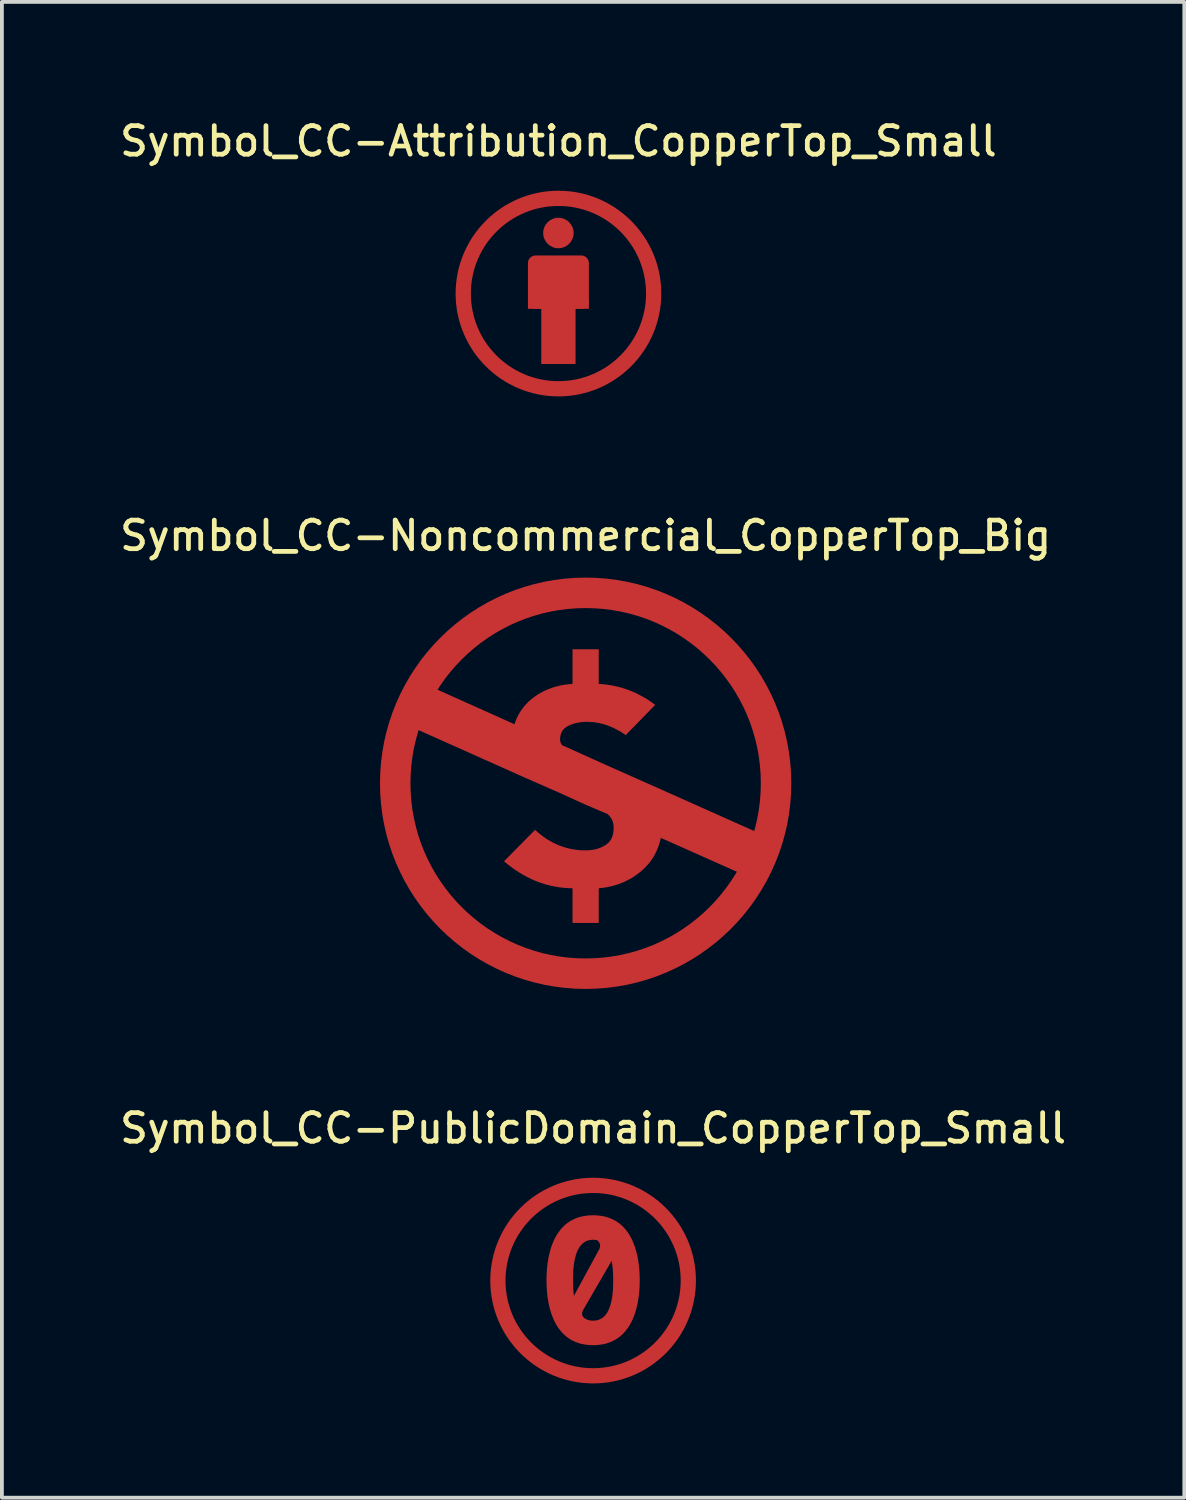
<source format=kicad_pcb>
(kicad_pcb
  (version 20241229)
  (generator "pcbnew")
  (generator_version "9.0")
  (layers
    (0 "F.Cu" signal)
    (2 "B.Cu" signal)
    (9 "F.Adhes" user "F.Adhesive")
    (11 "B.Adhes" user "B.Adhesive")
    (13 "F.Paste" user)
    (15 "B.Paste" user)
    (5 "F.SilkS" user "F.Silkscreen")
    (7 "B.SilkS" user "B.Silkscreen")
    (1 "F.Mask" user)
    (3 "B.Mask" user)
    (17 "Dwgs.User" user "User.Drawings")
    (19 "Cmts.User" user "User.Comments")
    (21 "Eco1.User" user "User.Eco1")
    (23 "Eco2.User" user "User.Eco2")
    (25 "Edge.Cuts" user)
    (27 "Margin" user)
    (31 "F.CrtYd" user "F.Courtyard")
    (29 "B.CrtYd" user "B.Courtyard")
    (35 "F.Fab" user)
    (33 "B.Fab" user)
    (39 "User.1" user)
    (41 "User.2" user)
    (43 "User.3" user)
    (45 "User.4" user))
  (footprint "Symbol_CC-PublicDomain_CopperTop_Small"
    (layer "F.Cu")
    (at 12.523 30.574)
    (property "Reference" "Symbol_CC-PublicDomain_CopperTop_Small" (at 0 -4 0) (layer "F.SilkS") (effects (font (size 0.75 0.75) (thickness 0.125))))
    (attr exclude_from_pos_files exclude_from_bom allow_missing_courtyard)
    (fp_circle (center 0 0) (end 2.5 0) (stroke (width 0.4) (type default)) (fill no) (layer "F.Cu"))
    (fp_poly (pts (xy 0.09 -1.713) (xy 0.175 -1.705) (xy 0.256 -1.692) (xy 0.333 -1.675) (xy 0.407 -1.652) (xy 0.476 -1.625) (xy 0.542 -1.594) (xy 0.604 -1.559) (xy 0.662 -1.52) (xy 0.717 -1.478) (xy 0.769 -1.432) (xy 0.817 -1.382) (xy 0.862 -1.33) (xy 0.904 -1.275) (xy 0.943 -1.217) (xy 0.979 -1.156) (xy 1.012 -1.094) (xy 1.042 -1.029) (xy 1.095 -0.894) (xy 1.137 -0.752) (xy 1.171 -0.607) (xy 1.195 -0.458) (xy 1.212 -0.308) (xy 1.221 -0.158) (xy 1.224 -0.01) (xy 1.221 0.138) (xy 1.212 0.288) (xy 1.195 0.438) (xy 1.171 0.587) (xy 1.137 0.732) (xy 1.117 0.804) (xy 1.095 0.874) (xy 1.07 0.942) (xy 1.042 1.009) (xy 1.012 1.074) (xy 0.979 1.136) (xy 0.943 1.197) (xy 0.904 1.255) (xy 0.862 1.31) (xy 0.817 1.362) (xy 0.769 1.412) (xy 0.717 1.458) (xy 0.662 1.5) (xy 0.604 1.539) (xy 0.542 1.574) (xy 0.476 1.605) (xy 0.407 1.632) (xy 0.333 1.655) (xy 0.256 1.672) (xy 0.175 1.685) (xy 0.09 1.693) (xy 0 1.696) (xy -0.09 1.693) (xy -0.175 1.685) (xy -0.256 1.672) (xy -0.334 1.655) (xy -0.407 1.632) (xy -0.476 1.605) (xy -0.542 1.574) (xy -0.604 1.539) (xy -0.663 1.5) (xy -0.718 1.458) (xy -0.769 1.412) (xy -0.817 1.362) (xy -0.862 1.31) (xy -0.904 1.255) (xy -0.943 1.197) (xy -0.979 1.136) (xy -1.012 1.074) (xy -1.042 1.009) (xy -1.095 0.874) (xy -1.095 0.872) (xy -0.29 0.872) (xy -0.289 0.882) (xy -0.288 0.892) (xy -0.286 0.902) (xy -0.283 0.911) (xy -0.28 0.92) (xy -0.276 0.928) (xy -0.272 0.937) (xy -0.267 0.945) (xy -0.261 0.952) (xy -0.255 0.96) (xy -0.249 0.967) (xy -0.241 0.974) (xy -0.234 0.98) (xy -0.226 0.987) (xy -0.217 0.993) (xy -0.209 0.998) (xy -0.199 1.004) (xy -0.18 1.014) (xy -0.16 1.024) (xy -0.156 1.025) (xy -0.152 1.026) (xy -0.148 1.028) (xy -0.144 1.029) (xy -0.136 1.032) (xy -0.129 1.034) (xy -0.124 1.035) (xy -0.119 1.037) (xy -0.115 1.039) (xy -0.11 1.04) (xy -0.097 1.043) (xy -0.084 1.046) (xy -0.071 1.048) (xy -0.057 1.049) (xy -0.043 1.051) (xy -0.029 1.052) (xy -0.015 1.052) (xy 0.000185 1.053) (xy 0.046 1.051) (xy 0.089 1.044) (xy 0.129 1.035) (xy 0.167 1.021) (xy 0.203 1.004) (xy 0.236 0.984) (xy 0.266 0.961) (xy 0.295 0.935) (xy 0.321 0.907) (xy 0.345 0.876) (xy 0.368 0.842) (xy 0.388 0.807) (xy 0.407 0.77) (xy 0.423 0.732) (xy 0.452 0.651) (xy 0.475 0.565) (xy 0.493 0.478) (xy 0.506 0.389) (xy 0.516 0.301) (xy 0.522 0.216) (xy 0.525 0.135) (xy 0.527 -0.01) (xy 0.526 -0.121) (xy 0.524 -0.182) (xy 0.52 -0.247) (xy 0.515 -0.314) (xy 0.508 -0.382) (xy 0.499 -0.451) (xy 0.488 -0.521) (xy -0.241 0.737) (xy -0.25 0.751) (xy -0.258 0.765) (xy -0.265 0.778) (xy -0.271 0.791) (xy -0.276 0.804) (xy -0.28 0.816) (xy -0.284 0.828) (xy -0.287 0.84) (xy -0.288 0.851) (xy -0.289 0.862) (xy -0.29 0.872) (xy -1.095 0.872) (xy -1.138 0.732) (xy -1.171 0.587) (xy -1.195 0.438) (xy -1.212 0.288) (xy -1.221 0.138) (xy -1.224 -0.01) (xy -1.224 -0.01) (xy -0.527 -0.01) (xy -0.526 0.08) (xy -0.525 0.129) (xy -0.523 0.18) (xy -0.52 0.233) (xy -0.516 0.288) (xy -0.511 0.344) (xy -0.504 0.401) (xy 0.147 -0.797) (xy 0.153 -0.807) (xy 0.159 -0.818) (xy 0.164 -0.829) (xy 0.168 -0.839) (xy 0.172 -0.849) (xy 0.175 -0.859) (xy 0.178 -0.869) (xy 0.18 -0.878) (xy 0.182 -0.888) (xy 0.183 -0.897) (xy 0.184 -0.906) (xy 0.184 -0.915) (xy 0.184 -0.923) (xy 0.183 -0.932) (xy 0.182 -0.94) (xy 0.18 -0.948) (xy 0.179 -0.956) (xy 0.176 -0.964) (xy 0.174 -0.972) (xy 0.171 -0.979) (xy 0.167 -0.987) (xy 0.164 -0.994) (xy 0.159 -1.001) (xy 0.155 -1.008) (xy 0.15 -1.015) (xy 0.145 -1.021) (xy 0.14 -1.028) (xy 0.135 -1.034) (xy 0.123 -1.046) (xy 0.11 -1.058) (xy 0.097 -1.061) (xy 0.084 -1.064) (xy 0.071 -1.066) (xy 0.057 -1.068) (xy 0.043 -1.07) (xy 0.029 -1.071) (xy 0.015 -1.072) (xy 0 -1.073) (xy -0.046 -1.07) (xy -0.089 -1.064) (xy -0.129 -1.055) (xy -0.167 -1.041) (xy -0.203 -1.024) (xy -0.236 -1.004) (xy -0.266 -0.981) (xy -0.295 -0.955) (xy -0.321 -0.926) (xy -0.345 -0.896) (xy -0.368 -0.862) (xy -0.388 -0.827) (xy -0.407 -0.79) (xy -0.423 -0.752) (xy -0.452 -0.671) (xy -0.475 -0.585) (xy -0.493 -0.498) (xy -0.506 -0.409) (xy -0.516 -0.322) (xy -0.522 -0.236) (xy -0.525 -0.155) (xy -0.527 -0.01) (xy -1.224 -0.01) (xy -1.221 -0.158) (xy -1.212 -0.308) (xy -1.195 -0.458) (xy -1.171 -0.607) (xy -1.137 -0.752) (xy -1.117 -0.824) (xy -1.095 -0.894) (xy -1.07 -0.962) (xy -1.042 -1.029) (xy -1.012 -1.094) (xy -0.979 -1.156) (xy -0.943 -1.217) (xy -0.904 -1.275) (xy -0.862 -1.33) (xy -0.817 -1.382) (xy -0.769 -1.432) (xy -0.718 -1.478) (xy -0.663 -1.52) (xy -0.604 -1.559) (xy -0.542 -1.594) (xy -0.476 -1.625) (xy -0.407 -1.652) (xy -0.334 -1.675) (xy -0.256 -1.692) (xy -0.175 -1.705) (xy -0.09 -1.713) (xy 0 -1.716)) (stroke (width 0) (type solid)) (fill yes) (layer "F.Cu")))
  (footprint "Symbol_CC-Attribution_CopperTop_Small"
    (layer "F.Cu")
    (at 11.612 4.658)
    (property "Reference" "Symbol_CC-Attribution_CopperTop_Small" (at 0 -4 0) (layer "F.SilkS") (effects (font (size 0.75 0.75) (thickness 0.125))))
    (attr exclude_from_pos_files exclude_from_bom allow_missing_courtyard)
    (fp_rect (start -0.8 0.2) (end 0.8 0.4) (stroke (width 0) (type solid)) (fill yes) (layer "F.Cu"))
    (fp_rect (start -0.6 -0.8) (end 0.6 0.2) (stroke (width 0.4) (type solid)) (fill yes) (layer "F.Cu"))
    (fp_rect (start -0.45 0) (end 0.45 1.85) (stroke (width 0) (type solid)) (fill yes) (layer "F.Cu"))
    (fp_circle (center 0 -1.59) (end 0.3 -1.59) (stroke (width 0.2) (type solid)) (fill yes) (layer "F.Cu"))
    (fp_circle (center 0.001 0) (end 2.501 0) (stroke (width 0.4) (type default)) (fill no) (layer "F.Cu")))
  (footprint "Symbol_CC-Noncommercial_CopperTop_Big"
    (layer "F.Cu")
    (at 12.327 17.516)
    (property "Reference" "Symbol_CC-Noncommercial_CopperTop_Big" (at 0 -6.5 0) (layer "F.SilkS") (effects (font (size 0.75 0.75) (thickness 0.125))))
    (attr exclude_from_pos_files exclude_from_bom allow_missing_courtyard)
    (fp_circle (center 0 0) (end 5 0) (stroke (width 0.8) (type default)) (fill no) (layer "F.Cu"))
    (fp_poly (pts (xy 0.344 -2.609) (xy 0.446 -2.602) (xy 0.546 -2.591) (xy 0.645 -2.576) (xy 0.743 -2.558) (xy 0.839 -2.537) (xy 0.935 -2.511) (xy 1.029 -2.482) (xy 1.122 -2.45) (xy 1.214 -2.414) (xy 1.305 -2.374) (xy 1.395 -2.33) (xy 1.483 -2.283) (xy 1.571 -2.233) (xy 1.657 -2.178) (xy 1.742 -2.12) (xy 1.826 -2.058) (xy 1.053 -1.265) (xy 0.991 -1.307) (xy 0.929 -1.347) (xy 0.866 -1.383) (xy 0.803 -1.417) (xy 0.74 -1.449) (xy 0.677 -1.477) (xy 0.614 -1.503) (xy 0.551 -1.527) (xy 0.487 -1.547) (xy 0.423 -1.565) (xy 0.359 -1.58) (xy 0.295 -1.592) (xy 0.231 -1.602) (xy 0.167 -1.608) (xy 0.102 -1.612) (xy 0.037 -1.614) (xy 0.003 -1.613) (xy -0.031 -1.612) (xy -0.064 -1.61) (xy -0.097 -1.607) (xy -0.129 -1.603) (xy -0.161 -1.599) (xy -0.192 -1.593) (xy -0.223 -1.587) (xy -0.254 -1.58) (xy -0.284 -1.572) (xy -0.313 -1.564) (xy -0.343 -1.554) (xy -0.371 -1.544) (xy -0.399 -1.533) (xy -0.427 -1.521) (xy -0.455 -1.508) (xy -0.468 -1.501) (xy -0.481 -1.494) (xy -0.493 -1.487) (xy -0.505 -1.479) (xy -0.517 -1.471) (xy -0.528 -1.463) (xy -0.539 -1.455) (xy -0.549 -1.446) (xy -0.559 -1.437) (xy -0.569 -1.427) (xy -0.578 -1.418) (xy -0.587 -1.408) (xy -0.595 -1.398) (xy -0.603 -1.387) (xy -0.61 -1.376) (xy -0.617 -1.365) (xy -0.624 -1.354) (xy -0.63 -1.342) (xy -0.636 -1.33) (xy -0.641 -1.318) (xy -0.646 -1.305) (xy -0.65 -1.292) (xy -0.654 -1.279) (xy -0.658 -1.266) (xy -0.661 -1.252) (xy -0.664 -1.238) (xy -0.666 -1.224) (xy -0.668 -1.209) (xy -0.67 -1.194) (xy -0.671 -1.179) (xy -0.672 -1.148) (xy -0.671 -1.139) (xy -0.671 -1.13) (xy -0.67 -1.12) (xy -0.668 -1.111) (xy -0.666 -1.102) (xy -0.664 -1.093) (xy -0.662 -1.083) (xy -0.658 -1.074) (xy -0.655 -1.065) (xy -0.651 -1.056) (xy -0.647 -1.046) (xy -0.642 -1.037) (xy -0.637 -1.028) (xy -0.631 -1.019) (xy -0.625 -1.009) (xy -0.619 -1) (xy 0.133 -0.661) (xy 0.651 -0.428) (xy 1.604 -0.005) (xy 4.641 1.35) (xy 4.207 2.429) (xy 1.974 1.434) (xy 1.958 1.503) (xy 1.939 1.571) (xy 1.918 1.637) (xy 1.894 1.702) (xy 1.868 1.765) (xy 1.839 1.826) (xy 1.808 1.885) (xy 1.774 1.943) (xy 1.737 2) (xy 1.698 2.055) (xy 1.656 2.108) (xy 1.611 2.159) (xy 1.564 2.209) (xy 1.515 2.258) (xy 1.462 2.304) (xy 1.408 2.349) (xy 1.351 2.392) (xy 1.292 2.433) (xy 1.233 2.472) (xy 1.172 2.508) (xy 1.11 2.541) (xy 1.047 2.573) (xy 0.982 2.602) (xy 0.916 2.629) (xy 0.849 2.653) (xy 0.781 2.675) (xy 0.711 2.694) (xy 0.64 2.712) (xy 0.568 2.726) (xy 0.495 2.739) (xy 0.42 2.749) (xy 0.344 2.757) (xy 0.344 3.667) (xy -0.344 3.667) (xy -0.344 2.757) (xy -0.467 2.753) (xy -0.588 2.744) (xy -0.707 2.729) (xy -0.826 2.709) (xy -0.943 2.683) (xy -1.059 2.652) (xy -1.173 2.616) (xy -1.286 2.575) (xy -1.398 2.528) (xy -1.508 2.475) (xy -1.618 2.417) (xy -1.725 2.354) (xy -1.832 2.286) (xy -1.937 2.212) (xy -2.041 2.133) (xy -2.143 2.048) (xy -1.328 1.223) (xy -1.255 1.288) (xy -1.18 1.349) (xy -1.105 1.406) (xy -1.028 1.459) (xy -0.949 1.507) (xy -0.87 1.551) (xy -0.789 1.591) (xy -0.707 1.627) (xy -0.623 1.659) (xy -0.539 1.686) (xy -0.453 1.709) (xy -0.366 1.728) (xy -0.278 1.743) (xy -0.188 1.754) (xy -0.097 1.76) (xy -0.005 1.762) (xy 0.033 1.761) (xy 0.07 1.76) (xy 0.106 1.757) (xy 0.142 1.753) (xy 0.178 1.749) (xy 0.212 1.743) (xy 0.246 1.736) (xy 0.279 1.728) (xy 0.311 1.719) (xy 0.343 1.708) (xy 0.374 1.697) (xy 0.404 1.685) (xy 0.434 1.671) (xy 0.463 1.657) (xy 0.491 1.641) (xy 0.519 1.624) (xy 0.532 1.616) (xy 0.545 1.607) (xy 0.557 1.597) (xy 0.57 1.587) (xy 0.581 1.577) (xy 0.592 1.567) (xy 0.603 1.556) (xy 0.614 1.545) (xy 0.624 1.533) (xy 0.633 1.521) (xy 0.642 1.509) (xy 0.651 1.496) (xy 0.659 1.483) (xy 0.667 1.47) (xy 0.674 1.456) (xy 0.681 1.442) (xy 0.688 1.428) (xy 0.694 1.413) (xy 0.7 1.398) (xy 0.705 1.382) (xy 0.71 1.367) (xy 0.715 1.35) (xy 0.719 1.334) (xy 0.722 1.317) (xy 0.728 1.282) (xy 0.732 1.246) (xy 0.735 1.208) (xy 0.736 1.169) (xy 0.735 1.142) (xy 0.733 1.115) (xy 0.73 1.089) (xy 0.726 1.063) (xy 0.72 1.039) (xy 0.713 1.014) (xy 0.705 0.991) (xy 0.696 0.968) (xy 0.685 0.946) (xy 0.674 0.925) (xy 0.661 0.904) (xy 0.646 0.884) (xy 0.631 0.864) (xy 0.614 0.845) (xy 0.596 0.827) (xy 0.577 0.809) (xy 0.005 0.566) (xy -0.693 0.248) (xy -1.635 -0.165) (xy -4.662 -1.519) (xy -4.133 -2.566) (xy -1.868 -1.55) (xy -1.848 -1.608) (xy -1.827 -1.664) (xy -1.803 -1.719) (xy -1.777 -1.772) (xy -1.749 -1.823) (xy -1.719 -1.874) (xy -1.687 -1.922) (xy -1.653 -1.97) (xy -1.617 -2.016) (xy -1.579 -2.06) (xy -1.539 -2.103) (xy -1.497 -2.145) (xy -1.452 -2.185) (xy -1.406 -2.223) (xy -1.357 -2.261) (xy -1.307 -2.296) (xy -1.255 -2.331) (xy -1.201 -2.363) (xy -1.147 -2.393) (xy -1.092 -2.421) (xy -1.035 -2.447) (xy -0.978 -2.472) (xy -0.919 -2.494) (xy -0.86 -2.515) (xy -0.799 -2.533) (xy -0.737 -2.55) (xy -0.674 -2.564) (xy -0.61 -2.577) (xy -0.545 -2.588) (xy -0.479 -2.597) (xy -0.412 -2.604) (xy -0.344 -2.609) (xy -0.344 -3.519) (xy 0.344 -3.519)) (stroke (width 0) (type solid)) (fill yes) (layer "F.Cu")))
  (gr_rect
    (start -3 -3)
    (end 28.046 36.274)
    (stroke (width 0.1) (type default))
    (fill no)
    (layer "Edge.Cuts")))
</source>
